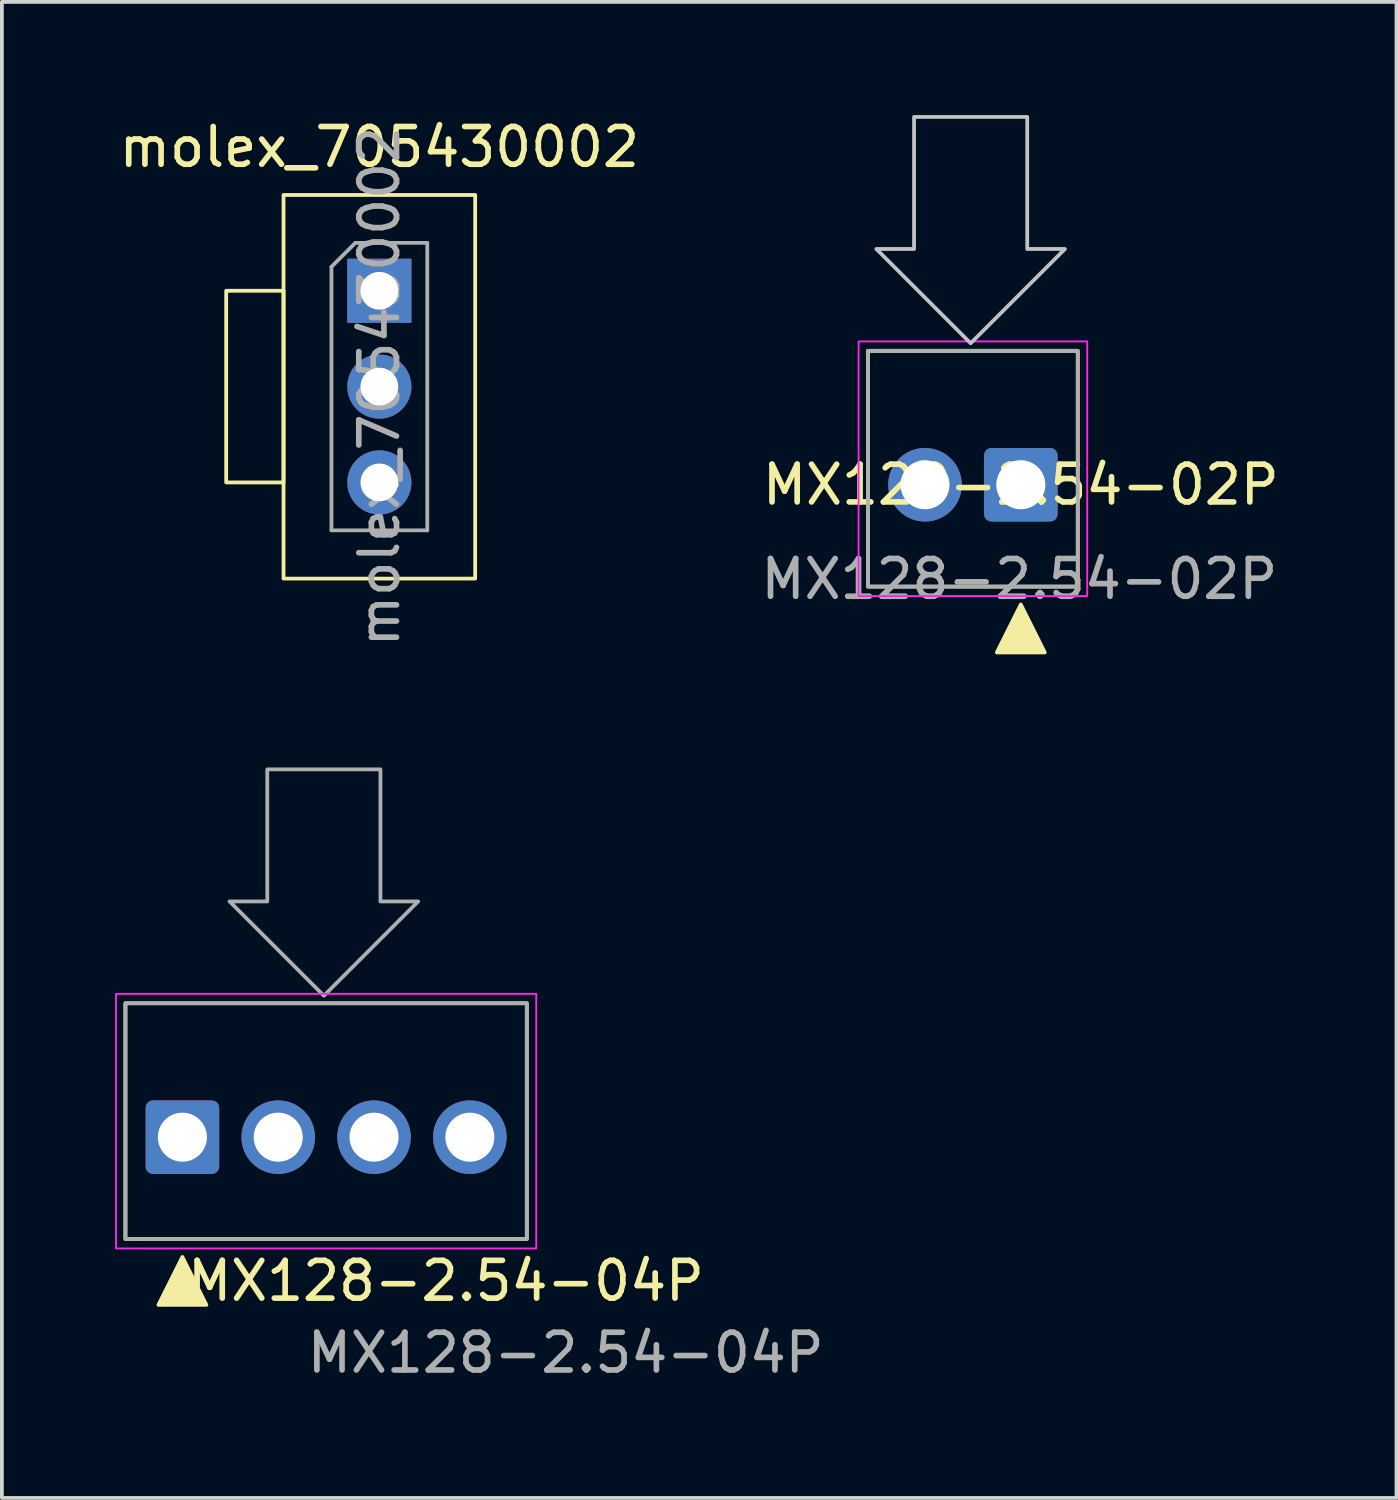
<source format=kicad_pcb>
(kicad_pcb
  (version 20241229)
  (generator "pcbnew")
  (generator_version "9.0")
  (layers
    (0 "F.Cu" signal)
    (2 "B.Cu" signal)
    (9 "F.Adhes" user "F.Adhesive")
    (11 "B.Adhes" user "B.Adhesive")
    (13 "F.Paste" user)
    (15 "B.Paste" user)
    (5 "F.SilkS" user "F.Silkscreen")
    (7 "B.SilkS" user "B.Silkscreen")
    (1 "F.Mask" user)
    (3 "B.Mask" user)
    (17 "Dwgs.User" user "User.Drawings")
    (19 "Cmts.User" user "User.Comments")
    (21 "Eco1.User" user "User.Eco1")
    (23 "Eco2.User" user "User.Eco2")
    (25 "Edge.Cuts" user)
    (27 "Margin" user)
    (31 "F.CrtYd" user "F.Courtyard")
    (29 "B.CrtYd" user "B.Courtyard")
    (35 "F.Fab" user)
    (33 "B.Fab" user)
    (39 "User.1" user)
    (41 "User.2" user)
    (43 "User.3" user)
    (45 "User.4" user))
  (footprint "molex_705430002"
    (layer "F.Cu")
    (at 7.006 4.658)
    (property "Reference" "molex_705430002" (at 0 -3.81 0) (layer "F.SilkS") (effects (font (size 1 1) (thickness 0.15))))
    (attr through_hole)
    (fp_rect (start -4.06 0) (end -2.54 5.08) (stroke (width 0.1) (type solid)) (fill no) (layer "F.SilkS"))
    (fp_rect (start -2.54 -2.54) (end 2.54 7.63) (stroke (width 0.1) (type solid)) (fill no) (layer "F.SilkS"))
    (fp_rect (start -2.79 -2.795) (end 2.79 7.875) (stroke (width 0.05) (type solid)) (fill no) (layer "Margin"))
    (fp_line (start -1.27 -0.635) (end -0.635 -1.27) (stroke (width 0.1) (type solid)) (layer "F.Fab"))
    (fp_line (start -1.27 6.35) (end -1.27 -0.635) (stroke (width 0.1) (type solid)) (layer "F.Fab"))
    (fp_line (start -0.635 -1.27) (end 1.27 -1.27) (stroke (width 0.1) (type solid)) (layer "F.Fab"))
    (fp_line (start 1.27 -1.27) (end 1.27 6.35) (stroke (width 0.1) (type solid)) (layer "F.Fab"))
    (fp_line (start 1.27 6.35) (end -1.27 6.35) (stroke (width 0.1) (type solid)) (layer "F.Fab"))
    (fp_text user "${REFERENCE}" (at 0 2.54 90) (layer "F.Fab") (effects (font (size 1 1) (thickness 0.15))))
    (pad "1" thru_hole rect (at 0 0) (size 1.7 1.7) (drill 1) (layers "*.Cu" "*.Mask"))
    (pad "2" thru_hole circle (at 0 2.54) (size 1.7 1.7) (drill 1) (layers "*.Cu" "*.Mask"))
    (pad "3" thru_hole circle (at 0 5.08) (size 1.7 1.7) (drill 1) (layers "*.Cu" "*.Mask")))
  (footprint "MX128-2.54-02P"
    (layer "F.Cu")
    (at 24.01 9.8)
    (property "Reference" "MX128-2.54-02P" (at 0 0 0) (unlocked yes) (layer "F.SilkS") (effects (font (size 1 1) (thickness 0.15))))
    (attr through_hole)
    (fp_rect (start -4.05 -3.55) (end 1.51 2.7) (stroke (width 0.1) (type solid)) (fill no) (layer "F.SilkS"))
    (fp_poly (pts (xy 0 3.175) (xy -0.635 4.445) (xy 0.635 4.445)) (stroke (width 0.1) (type solid)) (fill yes) (layer "F.SilkS"))
    (fp_poly (pts (xy -1.33 -3.75) (xy -3.83 -6.25) (xy -2.83 -6.25) (xy -2.83 -9.75) (xy 0.17 -9.75) (xy 0.17 -6.25) (xy 1.17 -6.25)) (stroke (width 0.1) (type solid)) (fill no) (layer "Dwgs.User"))
    (fp_rect (start -4.3 -3.8) (end 1.76 2.95) (stroke (width 0.05) (type solid)) (fill no) (layer "F.CrtYd"))
    (fp_rect (start -4.05 -3.55) (end 1.51 2.7) (stroke (width 0.1) (type solid)) (fill no) (layer "F.Fab"))
    (fp_text user "${REFERENCE}" (at -0.04 2.5 0) (unlocked yes) (layer "F.Fab") (effects (font (size 1 1) (thickness 0.15))))
    (pad "1" thru_hole roundrect (at 0 0) (size 1.95 1.95) (drill 1.3) (layers "*.Cu" "*.Mask") (roundrect_rratio 0.1))
    (pad "2" thru_hole circle (at -2.54 0) (size 1.95 1.95) (drill 1.3) (layers "*.Cu" "*.Mask")))
  (footprint "MX128-2.54-04P"
    (layer "F.Cu")
    (at 1.785 27.095)
    (property "Reference" "MX128-2.54-04P" (at 6.985 3.81 0) (unlocked yes) (layer "F.SilkS") (effects (font (size 1 1) (thickness 0.15))))
    (attr through_hole)
    (fp_rect (start -1.51 -3.55) (end 9.13 2.7) (stroke (width 0.1) (type solid)) (fill no) (layer "F.SilkS"))
    (fp_poly (pts (xy 0 3.175) (xy -0.635 4.445) (xy 0.635 4.445)) (stroke (width 0.1) (type solid)) (fill yes) (layer "F.SilkS"))
    (fp_rect (start -1.76 -3.8) (end 9.38 2.95) (stroke (width 0.05) (type solid)) (fill no) (layer "F.CrtYd"))
    (fp_rect (start -1.51 -3.55) (end 9.13 2.7) (stroke (width 0.1) (type solid)) (fill no) (layer "F.Fab"))
    (fp_poly (pts (xy 3.75 -3.75) (xy 1.25 -6.25) (xy 2.25 -6.25) (xy 2.25 -9.75) (xy 5.25 -9.75) (xy 5.25 -6.25) (xy 6.25 -6.25)) (stroke (width 0.1) (type solid)) (fill no) (layer "F.Fab"))
    (fp_text user "${REFERENCE}" (at 10.16 5.715 0) (unlocked yes) (layer "F.Fab") (effects (font (size 1 1) (thickness 0.15))))
    (pad "1" thru_hole roundrect (at 0 0) (size 1.95 1.95) (drill 1.3) (layers "*.Cu" "*.Mask") (roundrect_rratio 0.1))
    (pad "2" thru_hole circle (at 2.54 0) (size 1.95 1.95) (drill 1.3) (layers "*.Cu" "*.Mask"))
    (pad "3" thru_hole circle (at 5.08 0) (size 1.95 1.95) (drill 1.3) (layers "*.Cu" "*.Mask"))
    (pad "4" thru_hole circle (at 7.62 0) (size 1.95 1.95) (drill 1.3) (layers "*.Cu" "*.Mask")))
  (gr_rect
    (start -3 -3)
    (end 33.969 36.658)
    (stroke (width 0.1) (type default))
    (fill no)
    (layer "Edge.Cuts")))
</source>
